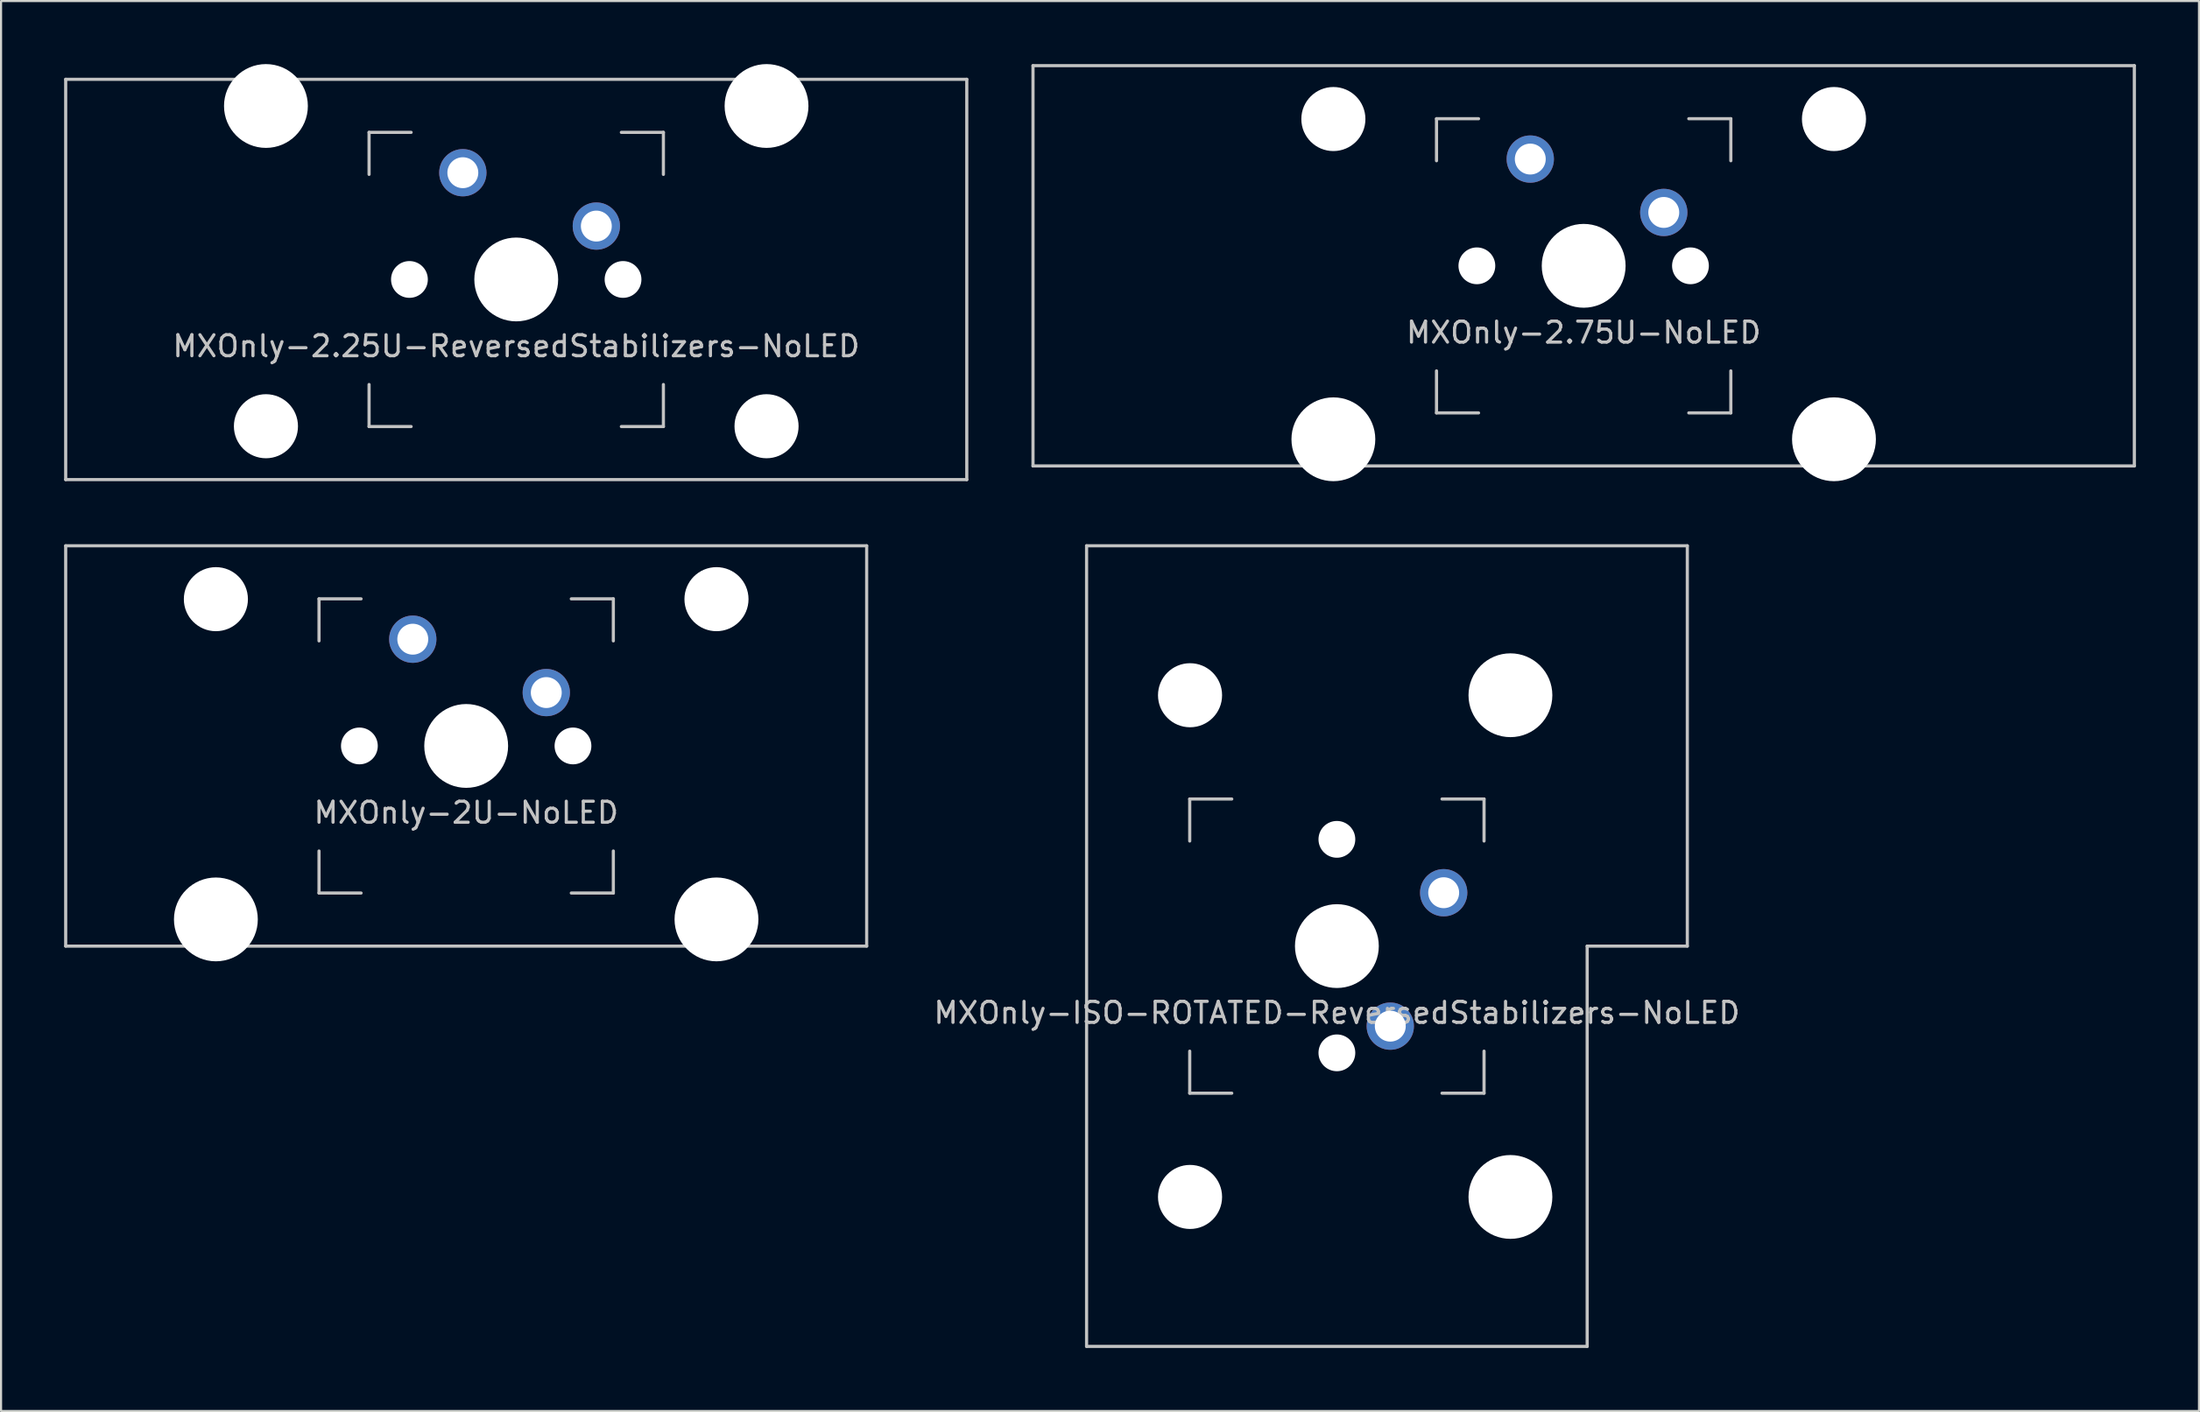
<source format=kicad_pcb>
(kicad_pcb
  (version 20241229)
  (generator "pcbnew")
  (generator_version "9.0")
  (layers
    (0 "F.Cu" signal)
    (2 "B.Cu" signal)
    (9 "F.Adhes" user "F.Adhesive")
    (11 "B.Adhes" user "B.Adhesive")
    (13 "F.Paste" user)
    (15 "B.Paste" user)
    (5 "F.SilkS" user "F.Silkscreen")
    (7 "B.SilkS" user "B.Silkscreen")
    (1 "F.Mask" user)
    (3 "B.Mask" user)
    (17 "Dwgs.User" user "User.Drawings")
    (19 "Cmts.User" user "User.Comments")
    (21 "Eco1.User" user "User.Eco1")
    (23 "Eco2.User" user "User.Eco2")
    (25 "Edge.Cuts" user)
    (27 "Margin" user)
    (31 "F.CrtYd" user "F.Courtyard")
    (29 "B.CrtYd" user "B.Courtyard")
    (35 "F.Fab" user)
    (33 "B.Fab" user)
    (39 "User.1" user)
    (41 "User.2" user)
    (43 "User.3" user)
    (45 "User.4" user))
  (footprint "MXOnly-2U-NoLED"
    (layer "F.Cu")
    (at 19.125 32.449)
    (property "Reference" "MXOnly-2U-NoLED" (at 0 3.175 0) (layer "Dwgs.User") (effects (font (size 1 1) (thickness 0.15))))
    (attr through_hole)
    (fp_line (start -19.05 -9.525) (end -19.05 9.525) (stroke (width 0.15) (type solid)) (layer "Dwgs.User"))
    (fp_line (start -7 -7) (end -7 -5) (stroke (width 0.15) (type solid)) (layer "Dwgs.User"))
    (fp_line (start -7 7) (end -7 5) (stroke (width 0.15) (type solid)) (layer "Dwgs.User"))
    (fp_line (start -5 -7) (end -7 -7) (stroke (width 0.15) (type solid)) (layer "Dwgs.User"))
    (fp_line (start -5 7) (end -7 7) (stroke (width 0.15) (type solid)) (layer "Dwgs.User"))
    (fp_line (start 5 -7) (end 7 -7) (stroke (width 0.15) (type solid)) (layer "Dwgs.User"))
    (fp_line (start 7 -7) (end 7 -5) (stroke (width 0.15) (type solid)) (layer "Dwgs.User"))
    (fp_line (start 7 5) (end 7 7) (stroke (width 0.15) (type solid)) (layer "Dwgs.User"))
    (fp_line (start 7 7) (end 5 7) (stroke (width 0.15) (type solid)) (layer "Dwgs.User"))
    (fp_line (start 19.05 -9.525) (end -19.05 -9.525) (stroke (width 0.15) (type solid)) (layer "Dwgs.User"))
    (fp_line (start 19.05 9.525) (end -19.05 9.525) (stroke (width 0.15) (type solid)) (layer "Dwgs.User"))
    (fp_line (start 19.05 9.525) (end 19.05 -9.525) (stroke (width 0.15) (type solid)) (layer "Dwgs.User"))
    (pad "" np_thru_hole circle (at -11.906 -6.985) (size 3.048 3.048) (drill 3.048) (layers "*.Cu" "*.Mask"))
    (pad "" np_thru_hole circle (at -11.906 8.255) (size 3.988 3.988) (drill 3.988) (layers "*.Cu" "*.Mask"))
    (pad "" np_thru_hole circle (at -5.08 0 311.9) (size 1.75 1.75) (drill 1.75) (layers "*.Cu" "*.Mask"))
    (pad "" np_thru_hole circle (at 0 0) (size 3.988 3.988) (drill 3.988) (layers "*.Cu" "*.Mask"))
    (pad "" np_thru_hole circle (at 5.08 0 311.9) (size 1.75 1.75) (drill 1.75) (layers "*.Cu" "*.Mask"))
    (pad "" np_thru_hole circle (at 11.906 -6.985) (size 3.048 3.048) (drill 3.048) (layers "*.Cu" "*.Mask"))
    (pad "" np_thru_hole circle (at 11.906 8.255) (size 3.988 3.988) (drill 3.988) (layers "*.Cu" "*.Mask"))
    (pad "1" thru_hole circle (at -2.54 -5.08) (size 2.25 2.25) (drill 1.47) (layers "*.Cu" "*.Mask"))
    (pad "2" thru_hole circle (at 3.81 -2.54) (size 2.25 2.25) (drill 1.47) (layers "*.Cu" "*.Mask")))
  (footprint "MXOnly-2.75U-NoLED"
    (layer "F.Cu")
    (at 72.281 9.6)
    (property "Reference" "MXOnly-2.75U-NoLED" (at 0 3.175 0) (layer "Dwgs.User") (effects (font (size 1 1) (thickness 0.15))))
    (attr through_hole)
    (fp_line (start -26.194 -9.525) (end -26.194 9.525) (stroke (width 0.15) (type solid)) (layer "Dwgs.User"))
    (fp_line (start -7 -7) (end -7 -5) (stroke (width 0.15) (type solid)) (layer "Dwgs.User"))
    (fp_line (start -7 7) (end -7 5) (stroke (width 0.15) (type solid)) (layer "Dwgs.User"))
    (fp_line (start -5 -7) (end -7 -7) (stroke (width 0.15) (type solid)) (layer "Dwgs.User"))
    (fp_line (start -5 7) (end -7 7) (stroke (width 0.15) (type solid)) (layer "Dwgs.User"))
    (fp_line (start 5 -7) (end 7 -7) (stroke (width 0.15) (type solid)) (layer "Dwgs.User"))
    (fp_line (start 7 -7) (end 7 -5) (stroke (width 0.15) (type solid)) (layer "Dwgs.User"))
    (fp_line (start 7 5) (end 7 7) (stroke (width 0.15) (type solid)) (layer "Dwgs.User"))
    (fp_line (start 7 7) (end 5 7) (stroke (width 0.15) (type solid)) (layer "Dwgs.User"))
    (fp_line (start 26.194 -9.525) (end -26.194 -9.525) (stroke (width 0.15) (type solid)) (layer "Dwgs.User"))
    (fp_line (start 26.194 9.525) (end -26.194 9.525) (stroke (width 0.15) (type solid)) (layer "Dwgs.User"))
    (fp_line (start 26.194 9.525) (end 26.194 -9.525) (stroke (width 0.15) (type solid)) (layer "Dwgs.User"))
    (pad "" np_thru_hole circle (at -11.906 -6.985) (size 3.048 3.048) (drill 3.048) (layers "*.Cu" "*.Mask"))
    (pad "" np_thru_hole circle (at -11.906 8.255) (size 3.988 3.988) (drill 3.988) (layers "*.Cu" "*.Mask"))
    (pad "" np_thru_hole circle (at -5.08 0 311.9) (size 1.75 1.75) (drill 1.75) (layers "*.Cu" "*.Mask"))
    (pad "" np_thru_hole circle (at 0 0) (size 3.988 3.988) (drill 3.988) (layers "*.Cu" "*.Mask"))
    (pad "" np_thru_hole circle (at 5.08 0 311.9) (size 1.75 1.75) (drill 1.75) (layers "*.Cu" "*.Mask"))
    (pad "" np_thru_hole circle (at 11.906 -6.985) (size 3.048 3.048) (drill 3.048) (layers "*.Cu" "*.Mask"))
    (pad "" np_thru_hole circle (at 11.906 8.255) (size 3.988 3.988) (drill 3.988) (layers "*.Cu" "*.Mask"))
    (pad "1" thru_hole circle (at -2.54 -5.08) (size 2.25 2.25) (drill 1.47) (layers "*.Cu" "*.Mask"))
    (pad "2" thru_hole circle (at 3.81 -2.54) (size 2.25 2.25) (drill 1.47) (layers "*.Cu" "*.Mask")))
  (footprint "MXOnly-ISO-ROTATED-ReversedStabilizers-NoLED"
    (layer "F.Cu")
    (at 60.542 41.974)
    (property "Reference" "MXOnly-ISO-ROTATED-ReversedStabilizers-NoLED" (at 0 3.175 0) (layer "Dwgs.User") (effects (font (size 1 1) (thickness 0.15))))
    (attr through_hole)
    (fp_line (start -11.906 -19.05) (end -11.906 19.05) (stroke (width 0.15) (type solid)) (layer "Dwgs.User"))
    (fp_line (start -7 -7) (end -5 -7) (stroke (width 0.15) (type solid)) (layer "Dwgs.User"))
    (fp_line (start -7 -5) (end -7 -7) (stroke (width 0.15) (type solid)) (layer "Dwgs.User"))
    (fp_line (start -7 7) (end -7 5) (stroke (width 0.15) (type solid)) (layer "Dwgs.User"))
    (fp_line (start -5 7) (end -7 7) (stroke (width 0.15) (type solid)) (layer "Dwgs.User"))
    (fp_line (start 7 -7) (end 5 -7) (stroke (width 0.15) (type solid)) (layer "Dwgs.User"))
    (fp_line (start 7 -5) (end 7 -7) (stroke (width 0.15) (type solid)) (layer "Dwgs.User"))
    (fp_line (start 7 5) (end 7 7) (stroke (width 0.15) (type solid)) (layer "Dwgs.User"))
    (fp_line (start 7 7) (end 5 7) (stroke (width 0.15) (type solid)) (layer "Dwgs.User"))
    (fp_line (start 11.906 0) (end 16.669 0) (stroke (width 0.15) (type solid)) (layer "Dwgs.User"))
    (fp_line (start 11.906 19.05) (end -11.906 19.05) (stroke (width 0.15) (type solid)) (layer "Dwgs.User"))
    (fp_line (start 11.906 19.05) (end 11.906 0) (stroke (width 0.15) (type solid)) (layer "Dwgs.User"))
    (fp_line (start 16.669 -19.05) (end -11.906 -19.05) (stroke (width 0.15) (type solid)) (layer "Dwgs.User"))
    (fp_line (start 16.669 -19.05) (end 16.669 0) (stroke (width 0.15) (type solid)) (layer "Dwgs.User"))
    (pad "" np_thru_hole circle (at -6.985 -11.938) (size 3.048 3.048) (drill 3.048) (layers "*.Cu" "*.Mask"))
    (pad "" np_thru_hole circle (at -6.985 11.938) (size 3.048 3.048) (drill 3.048) (layers "*.Cu" "*.Mask"))
    (pad "" np_thru_hole circle (at 0 -5.08 221.9) (size 1.75 1.75) (drill 1.75) (layers "*.Cu" "*.Mask"))
    (pad "" np_thru_hole circle (at 0 0 270) (size 3.988 3.988) (drill 3.988) (layers "*.Cu" "*.Mask"))
    (pad "" np_thru_hole circle (at 0 5.08 221.9) (size 1.75 1.75) (drill 1.75) (layers "*.Cu" "*.Mask"))
    (pad "" np_thru_hole circle (at 8.255 -11.938) (size 3.988 3.988) (drill 3.988) (layers "*.Cu" "*.Mask"))
    (pad "" np_thru_hole circle (at 8.255 11.938) (size 3.988 3.988) (drill 3.988) (layers "*.Cu" "*.Mask"))
    (pad "1" thru_hole circle (at 5.08 -2.54 270) (size 2.25 2.25) (drill 1.47) (layers "*.Cu" "*.Mask"))
    (pad "2" thru_hole circle (at 2.54 3.81 270) (size 2.25 2.25) (drill 1.47) (layers "*.Cu" "*.Mask")))
  (footprint "MXOnly-2.25U-ReversedStabilizers-NoLED"
    (layer "F.Cu")
    (at 21.506 10.249)
    (property "Reference" "MXOnly-2.25U-ReversedStabilizers-NoLED" (at 0 3.175 0) (layer "Dwgs.User") (effects (font (size 1 1) (thickness 0.15))))
    (attr through_hole)
    (fp_line (start -21.431 -9.525) (end -21.431 9.525) (stroke (width 0.15) (type solid)) (layer "Dwgs.User"))
    (fp_line (start -7 -7) (end -7 -5) (stroke (width 0.15) (type solid)) (layer "Dwgs.User"))
    (fp_line (start -7 7) (end -7 5) (stroke (width 0.15) (type solid)) (layer "Dwgs.User"))
    (fp_line (start -5 -7) (end -7 -7) (stroke (width 0.15) (type solid)) (layer "Dwgs.User"))
    (fp_line (start -5 7) (end -7 7) (stroke (width 0.15) (type solid)) (layer "Dwgs.User"))
    (fp_line (start 5 -7) (end 7 -7) (stroke (width 0.15) (type solid)) (layer "Dwgs.User"))
    (fp_line (start 7 -7) (end 7 -5) (stroke (width 0.15) (type solid)) (layer "Dwgs.User"))
    (fp_line (start 7 5) (end 7 7) (stroke (width 0.15) (type solid)) (layer "Dwgs.User"))
    (fp_line (start 7 7) (end 5 7) (stroke (width 0.15) (type solid)) (layer "Dwgs.User"))
    (fp_line (start 21.431 -9.525) (end -21.431 -9.525) (stroke (width 0.15) (type solid)) (layer "Dwgs.User"))
    (fp_line (start 21.431 9.525) (end -21.431 9.525) (stroke (width 0.15) (type solid)) (layer "Dwgs.User"))
    (fp_line (start 21.431 9.525) (end 21.431 -9.525) (stroke (width 0.15) (type solid)) (layer "Dwgs.User"))
    (pad "" np_thru_hole circle (at -11.906 -8.255) (size 3.988 3.988) (drill 3.988) (layers "*.Cu" "*.Mask"))
    (pad "" np_thru_hole circle (at -11.906 6.985) (size 3.048 3.048) (drill 3.048) (layers "*.Cu" "*.Mask"))
    (pad "" np_thru_hole circle (at -5.08 0 311.9) (size 1.75 1.75) (drill 1.75) (layers "*.Cu" "*.Mask"))
    (pad "" np_thru_hole circle (at 0 0) (size 3.988 3.988) (drill 3.988) (layers "*.Cu" "*.Mask"))
    (pad "" np_thru_hole circle (at 5.08 0 311.9) (size 1.75 1.75) (drill 1.75) (layers "*.Cu" "*.Mask"))
    (pad "" np_thru_hole circle (at 11.906 -8.255) (size 3.988 3.988) (drill 3.988) (layers "*.Cu" "*.Mask"))
    (pad "" np_thru_hole circle (at 11.906 6.985) (size 3.048 3.048) (drill 3.048) (layers "*.Cu" "*.Mask"))
    (pad "1" thru_hole circle (at -2.54 -5.08) (size 2.25 2.25) (drill 1.47) (layers "*.Cu" "*.Mask"))
    (pad "2" thru_hole circle (at 3.81 -2.54) (size 2.25 2.25) (drill 1.47) (layers "*.Cu" "*.Mask")))
  (gr_rect
    (start -3 -3)
    (end 101.55 64.099)
    (stroke (width 0.1) (type default))
    (fill no)
    (layer "Edge.Cuts")))
</source>
